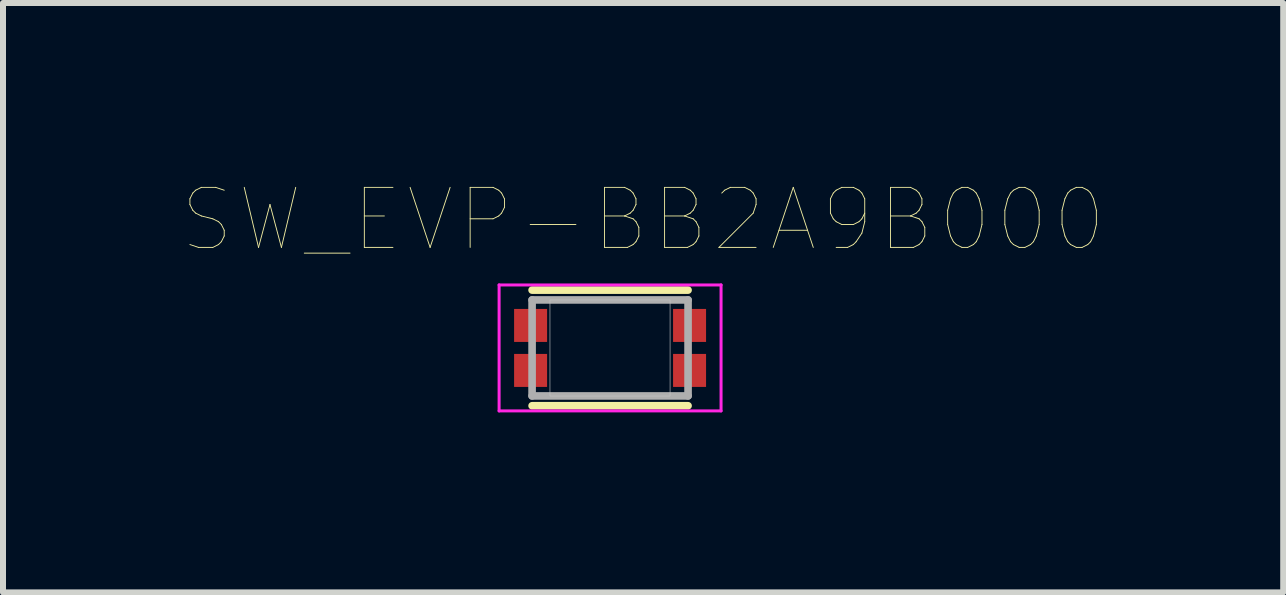
<source format=kicad_pcb>
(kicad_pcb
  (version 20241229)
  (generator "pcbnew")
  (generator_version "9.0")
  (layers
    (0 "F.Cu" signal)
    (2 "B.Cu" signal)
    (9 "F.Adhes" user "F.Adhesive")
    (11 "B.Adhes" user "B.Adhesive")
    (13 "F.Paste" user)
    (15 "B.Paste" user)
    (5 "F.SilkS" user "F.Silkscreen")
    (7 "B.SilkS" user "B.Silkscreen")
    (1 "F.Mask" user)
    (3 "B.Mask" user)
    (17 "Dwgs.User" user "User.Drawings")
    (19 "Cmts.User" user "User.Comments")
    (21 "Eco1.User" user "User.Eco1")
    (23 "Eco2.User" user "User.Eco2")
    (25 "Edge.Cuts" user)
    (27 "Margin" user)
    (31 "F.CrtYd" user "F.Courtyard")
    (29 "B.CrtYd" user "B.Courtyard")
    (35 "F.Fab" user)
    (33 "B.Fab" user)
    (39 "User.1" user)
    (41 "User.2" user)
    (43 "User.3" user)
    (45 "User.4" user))
  (footprint "SW_EVP-BB2A9B000"
    (layer "F.Cu")
    (at 7.12 2.75)
    (property "Reference" "SW_EVP-BB2A9B000" (at 0.551 -2.138 0) (layer "F.SilkS") (effects (font (size 1.001 1.001) (thickness 0.015))))
    (attr through_hole)
    (fp_line (start -1.3 -0.964) (end 1.3 -0.964) (stroke (width 0.127) (type solid)) (layer "F.SilkS"))
    (fp_line (start -1.3 0.964) (end 1.3 0.964) (stroke (width 0.127) (type solid)) (layer "F.SilkS"))
    (fp_poly (pts (xy -1.55 -0.6) (xy -1.1 -0.6) (xy -1.1 -0.15) (xy -1.55 -0.15)) (stroke (width 0.01) (type solid)) (fill yes) (layer "F.Paste"))
    (fp_poly (pts (xy -1.55 0.15) (xy -1.1 0.15) (xy -1.1 0.6) (xy -1.55 0.6)) (stroke (width 0.01) (type solid)) (fill yes) (layer "F.Paste"))
    (fp_poly (pts (xy 1.1 -0.6) (xy 1.55 -0.6) (xy 1.55 -0.15) (xy 1.1 -0.15)) (stroke (width 0.01) (type solid)) (fill yes) (layer "F.Paste"))
    (fp_poly (pts (xy 1.1 0.15) (xy 1.55 0.15) (xy 1.55 0.6) (xy 1.1 0.6)) (stroke (width 0.01) (type solid)) (fill yes) (layer "F.Paste"))
    (fp_poly (pts (xy -1.002 -0.8) (xy 1 -0.8) (xy 1 0.802) (xy -1.002 0.802)) (stroke (width 0.01) (type solid)) (fill no) (layer "Dwgs.User"))
    (fp_line (start -1.85 -1.05) (end 1.85 -1.05) (stroke (width 0.05) (type solid)) (layer "F.CrtYd"))
    (fp_line (start -1.85 1.05) (end -1.85 -1.05) (stroke (width 0.05) (type solid)) (layer "F.CrtYd"))
    (fp_line (start 1.85 -1.05) (end 1.85 1.05) (stroke (width 0.05) (type solid)) (layer "F.CrtYd"))
    (fp_line (start 1.85 1.05) (end -1.85 1.05) (stroke (width 0.05) (type solid)) (layer "F.CrtYd"))
    (fp_line (start -1.3 -0.8) (end 1.3 -0.8) (stroke (width 0.127) (type solid)) (layer "F.Fab"))
    (fp_line (start -1.3 0.8) (end -1.3 -0.8) (stroke (width 0.127) (type solid)) (layer "F.Fab"))
    (fp_line (start 1.3 -0.8) (end 1.3 0.8) (stroke (width 0.127) (type solid)) (layer "F.Fab"))
    (fp_line (start 1.3 0.8) (end -1.3 0.8) (stroke (width 0.127) (type solid)) (layer "F.Fab"))
    (pad "A1" smd rect (at -1.325 -0.375) (size 0.55 0.55) (layers "F.Cu" "F.Mask"))
    (pad "A2" smd rect (at -1.325 0.375) (size 0.55 0.55) (layers "F.Cu" "F.Mask"))
    (pad "B1" smd rect (at 1.325 -0.375) (size 0.55 0.55) (layers "F.Cu" "F.Mask"))
    (pad "B2" smd rect (at 1.325 0.375) (size 0.55 0.55) (layers "F.Cu" "F.Mask")))
  (gr_rect
    (start -3 -3)
    (end 18.341 6.825)
    (stroke (width 0.1) (type default))
    (fill no)
    (layer "Edge.Cuts")))
</source>
